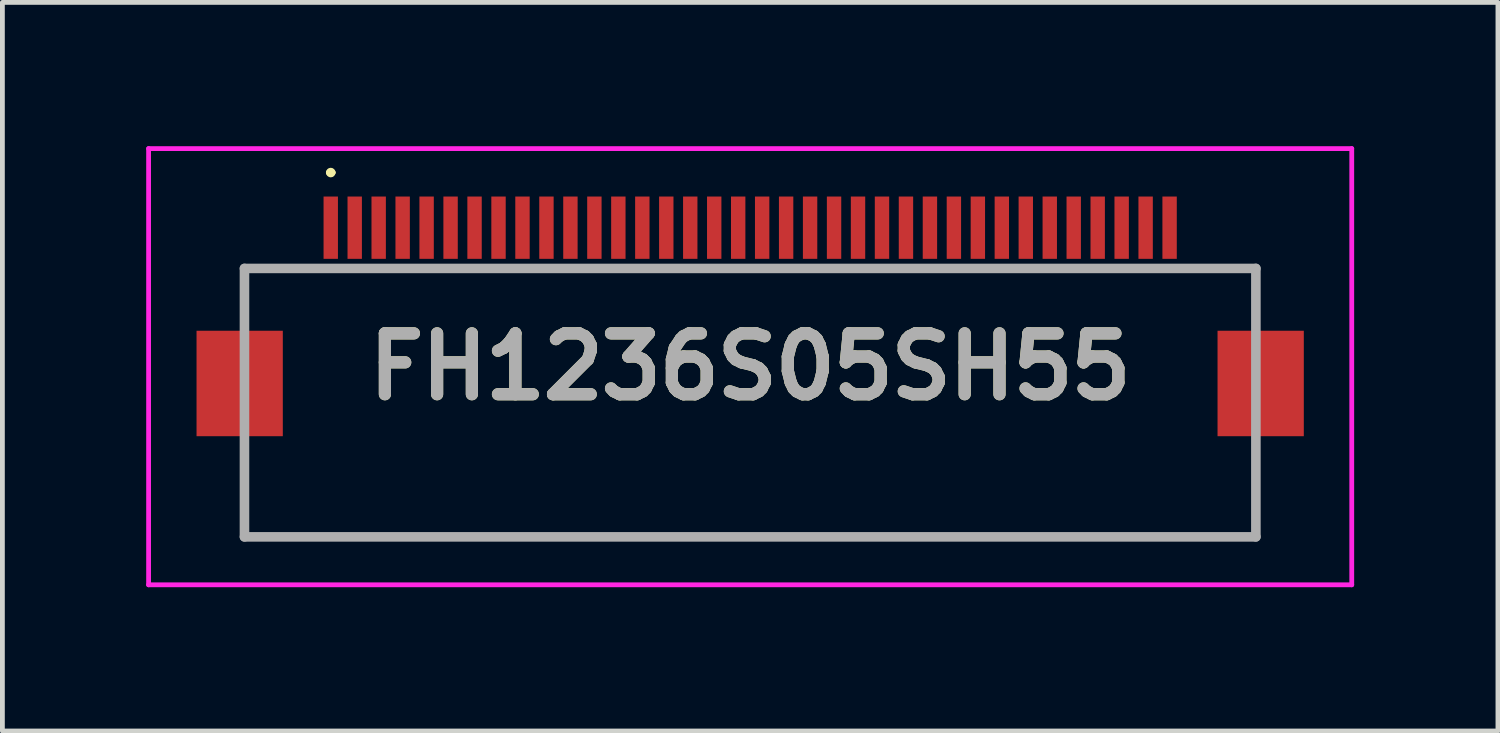
<source format=kicad_pcb>
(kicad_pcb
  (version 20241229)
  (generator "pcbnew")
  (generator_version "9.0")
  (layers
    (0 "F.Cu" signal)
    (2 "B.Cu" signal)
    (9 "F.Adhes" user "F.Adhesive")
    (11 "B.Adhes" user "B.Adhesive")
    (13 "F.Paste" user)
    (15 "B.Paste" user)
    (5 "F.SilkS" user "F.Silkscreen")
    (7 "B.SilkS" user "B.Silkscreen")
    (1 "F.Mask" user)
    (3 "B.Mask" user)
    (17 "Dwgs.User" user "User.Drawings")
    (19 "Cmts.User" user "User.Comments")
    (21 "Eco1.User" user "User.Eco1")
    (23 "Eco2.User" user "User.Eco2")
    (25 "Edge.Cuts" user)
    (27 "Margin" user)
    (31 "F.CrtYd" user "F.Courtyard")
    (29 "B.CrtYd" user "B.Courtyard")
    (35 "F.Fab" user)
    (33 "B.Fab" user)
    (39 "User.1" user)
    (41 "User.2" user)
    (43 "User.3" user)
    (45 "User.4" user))
  (footprint "FH1236S05SH55"
    (layer "F.Cu")
    (at 12.6 4.95)
    (property "Reference" "FH1236S05SH55" (at 0 -0.35 0) (layer "F.SilkS") (effects (font (size 1.27 1.27) (thickness 0.254))))
    (attr smd)
    (fp_line (start -10.55 -2.4) (end 10.55 -2.4) (stroke (width 0.1) (type solid)) (layer "F.SilkS"))
    (fp_line (start -10.55 -1.4) (end -10.55 -2.4) (stroke (width 0.1) (type solid)) (layer "F.SilkS"))
    (fp_line (start -10.55 1.4) (end -10.55 3.2) (stroke (width 0.1) (type solid)) (layer "F.SilkS"))
    (fp_line (start -10.55 3.2) (end -10.55 3.2) (stroke (width 0.1) (type solid)) (layer "F.SilkS"))
    (fp_line (start -10.55 3.2) (end 10.55 3.2) (stroke (width 0.1) (type solid)) (layer "F.SilkS"))
    (fp_line (start -8.8 -4.4) (end -8.8 -4.4) (stroke (width 0.1) (type solid)) (layer "F.SilkS"))
    (fp_line (start -8.7 -4.4) (end -8.7 -4.4) (stroke (width 0.1) (type solid)) (layer "F.SilkS"))
    (fp_line (start 10.55 -2.4) (end 10.55 -2.4) (stroke (width 0.1) (type solid)) (layer "F.SilkS"))
    (fp_line (start 10.55 -2.4) (end 10.55 -1.4) (stroke (width 0.1) (type solid)) (layer "F.SilkS"))
    (fp_line (start 10.55 3.2) (end 10.55 1.4) (stroke (width 0.1) (type solid)) (layer "F.SilkS"))
    (fp_arc (start -8.8 -4.4) (mid -8.75 -4.45) (end -8.7 -4.4) (stroke (width 0.1) (type solid)) (layer "F.SilkS"))
    (fp_arc (start -8.7 -4.4) (mid -8.75 -4.35) (end -8.8 -4.4) (stroke (width 0.1) (type solid)) (layer "F.SilkS"))
    (fp_line (start -12.55 -4.9) (end 12.55 -4.9) (stroke (width 0.1) (type solid)) (layer "F.CrtYd"))
    (fp_line (start -12.55 4.2) (end -12.55 -4.9) (stroke (width 0.1) (type solid)) (layer "F.CrtYd"))
    (fp_line (start 12.55 -4.9) (end 12.55 4.2) (stroke (width 0.1) (type solid)) (layer "F.CrtYd"))
    (fp_line (start 12.55 4.2) (end -12.55 4.2) (stroke (width 0.1) (type solid)) (layer "F.CrtYd"))
    (fp_line (start -10.55 -2.4) (end 10.55 -2.4) (stroke (width 0.2) (type solid)) (layer "F.Fab"))
    (fp_line (start -10.55 3.2) (end -10.55 -2.4) (stroke (width 0.2) (type solid)) (layer "F.Fab"))
    (fp_line (start 10.55 -2.4) (end 10.55 3.2) (stroke (width 0.2) (type solid)) (layer "F.Fab"))
    (fp_line (start 10.55 3.2) (end -10.55 3.2) (stroke (width 0.2) (type solid)) (layer "F.Fab"))
    (fp_text user "${REFERENCE}" (at 0 -0.35 0) (layer "F.Fab") (effects (font (size 1.27 1.27) (thickness 0.254))))
    (pad "1" smd rect (at -8.75 -3.25) (size 0.3 1.3) (layers "F.Cu" "F.Mask" "F.Paste"))
    (pad "2" smd rect (at -8.25 -3.25) (size 0.3 1.3) (layers "F.Cu" "F.Mask" "F.Paste"))
    (pad "3" smd rect (at -7.75 -3.25) (size 0.3 1.3) (layers "F.Cu" "F.Mask" "F.Paste"))
    (pad "4" smd rect (at -7.25 -3.25) (size 0.3 1.3) (layers "F.Cu" "F.Mask" "F.Paste"))
    (pad "5" smd rect (at -6.75 -3.25) (size 0.3 1.3) (layers "F.Cu" "F.Mask" "F.Paste"))
    (pad "6" smd rect (at -6.25 -3.25) (size 0.3 1.3) (layers "F.Cu" "F.Mask" "F.Paste"))
    (pad "7" smd rect (at -5.75 -3.25) (size 0.3 1.3) (layers "F.Cu" "F.Mask" "F.Paste"))
    (pad "8" smd rect (at -5.25 -3.25) (size 0.3 1.3) (layers "F.Cu" "F.Mask" "F.Paste"))
    (pad "9" smd rect (at -4.75 -3.25) (size 0.3 1.3) (layers "F.Cu" "F.Mask" "F.Paste"))
    (pad "10" smd rect (at -4.25 -3.25) (size 0.3 1.3) (layers "F.Cu" "F.Mask" "F.Paste"))
    (pad "11" smd rect (at -3.75 -3.25) (size 0.3 1.3) (layers "F.Cu" "F.Mask" "F.Paste"))
    (pad "12" smd rect (at -3.25 -3.25) (size 0.3 1.3) (layers "F.Cu" "F.Mask" "F.Paste"))
    (pad "13" smd rect (at -2.75 -3.25) (size 0.3 1.3) (layers "F.Cu" "F.Mask" "F.Paste"))
    (pad "14" smd rect (at -2.25 -3.25) (size 0.3 1.3) (layers "F.Cu" "F.Mask" "F.Paste"))
    (pad "15" smd rect (at -1.75 -3.25) (size 0.3 1.3) (layers "F.Cu" "F.Mask" "F.Paste"))
    (pad "16" smd rect (at -1.25 -3.25) (size 0.3 1.3) (layers "F.Cu" "F.Mask" "F.Paste"))
    (pad "17" smd rect (at -0.75 -3.25) (size 0.3 1.3) (layers "F.Cu" "F.Mask" "F.Paste"))
    (pad "18" smd rect (at -0.25 -3.25) (size 0.3 1.3) (layers "F.Cu" "F.Mask" "F.Paste"))
    (pad "19" smd rect (at 0.25 -3.25) (size 0.3 1.3) (layers "F.Cu" "F.Mask" "F.Paste"))
    (pad "20" smd rect (at 0.75 -3.25) (size 0.3 1.3) (layers "F.Cu" "F.Mask" "F.Paste"))
    (pad "21" smd rect (at 1.25 -3.25) (size 0.3 1.3) (layers "F.Cu" "F.Mask" "F.Paste"))
    (pad "22" smd rect (at 1.75 -3.25) (size 0.3 1.3) (layers "F.Cu" "F.Mask" "F.Paste"))
    (pad "23" smd rect (at 2.25 -3.25) (size 0.3 1.3) (layers "F.Cu" "F.Mask" "F.Paste"))
    (pad "24" smd rect (at 2.75 -3.25) (size 0.3 1.3) (layers "F.Cu" "F.Mask" "F.Paste"))
    (pad "25" smd rect (at 3.25 -3.25) (size 0.3 1.3) (layers "F.Cu" "F.Mask" "F.Paste"))
    (pad "26" smd rect (at 3.75 -3.25) (size 0.3 1.3) (layers "F.Cu" "F.Mask" "F.Paste"))
    (pad "27" smd rect (at 4.25 -3.25) (size 0.3 1.3) (layers "F.Cu" "F.Mask" "F.Paste"))
    (pad "28" smd rect (at 4.75 -3.25) (size 0.3 1.3) (layers "F.Cu" "F.Mask" "F.Paste"))
    (pad "29" smd rect (at 5.25 -3.25) (size 0.3 1.3) (layers "F.Cu" "F.Mask" "F.Paste"))
    (pad "30" smd rect (at 5.75 -3.25) (size 0.3 1.3) (layers "F.Cu" "F.Mask" "F.Paste"))
    (pad "31" smd rect (at 6.25 -3.25) (size 0.3 1.3) (layers "F.Cu" "F.Mask" "F.Paste"))
    (pad "32" smd rect (at 6.75 -3.25) (size 0.3 1.3) (layers "F.Cu" "F.Mask" "F.Paste"))
    (pad "33" smd rect (at 7.25 -3.25) (size 0.3 1.3) (layers "F.Cu" "F.Mask" "F.Paste"))
    (pad "34" smd rect (at 7.75 -3.25) (size 0.3 1.3) (layers "F.Cu" "F.Mask" "F.Paste"))
    (pad "35" smd rect (at 8.25 -3.25) (size 0.3 1.3) (layers "F.Cu" "F.Mask" "F.Paste"))
    (pad "36" smd rect (at 8.75 -3.25) (size 0.3 1.3) (layers "F.Cu" "F.Mask" "F.Paste"))
    (pad "MP1" smd rect (at -10.65 0) (size 1.8 2.2) (layers "F.Cu" "F.Mask" "F.Paste"))
    (pad "MP2" smd rect (at 10.65 0) (size 1.8 2.2) (layers "F.Cu" "F.Mask" "F.Paste")))
  (gr_rect
    (start -3 -3)
    (end 28.2 12.2)
    (stroke (width 0.1) (type default))
    (fill no)
    (layer "Edge.Cuts")))
</source>
